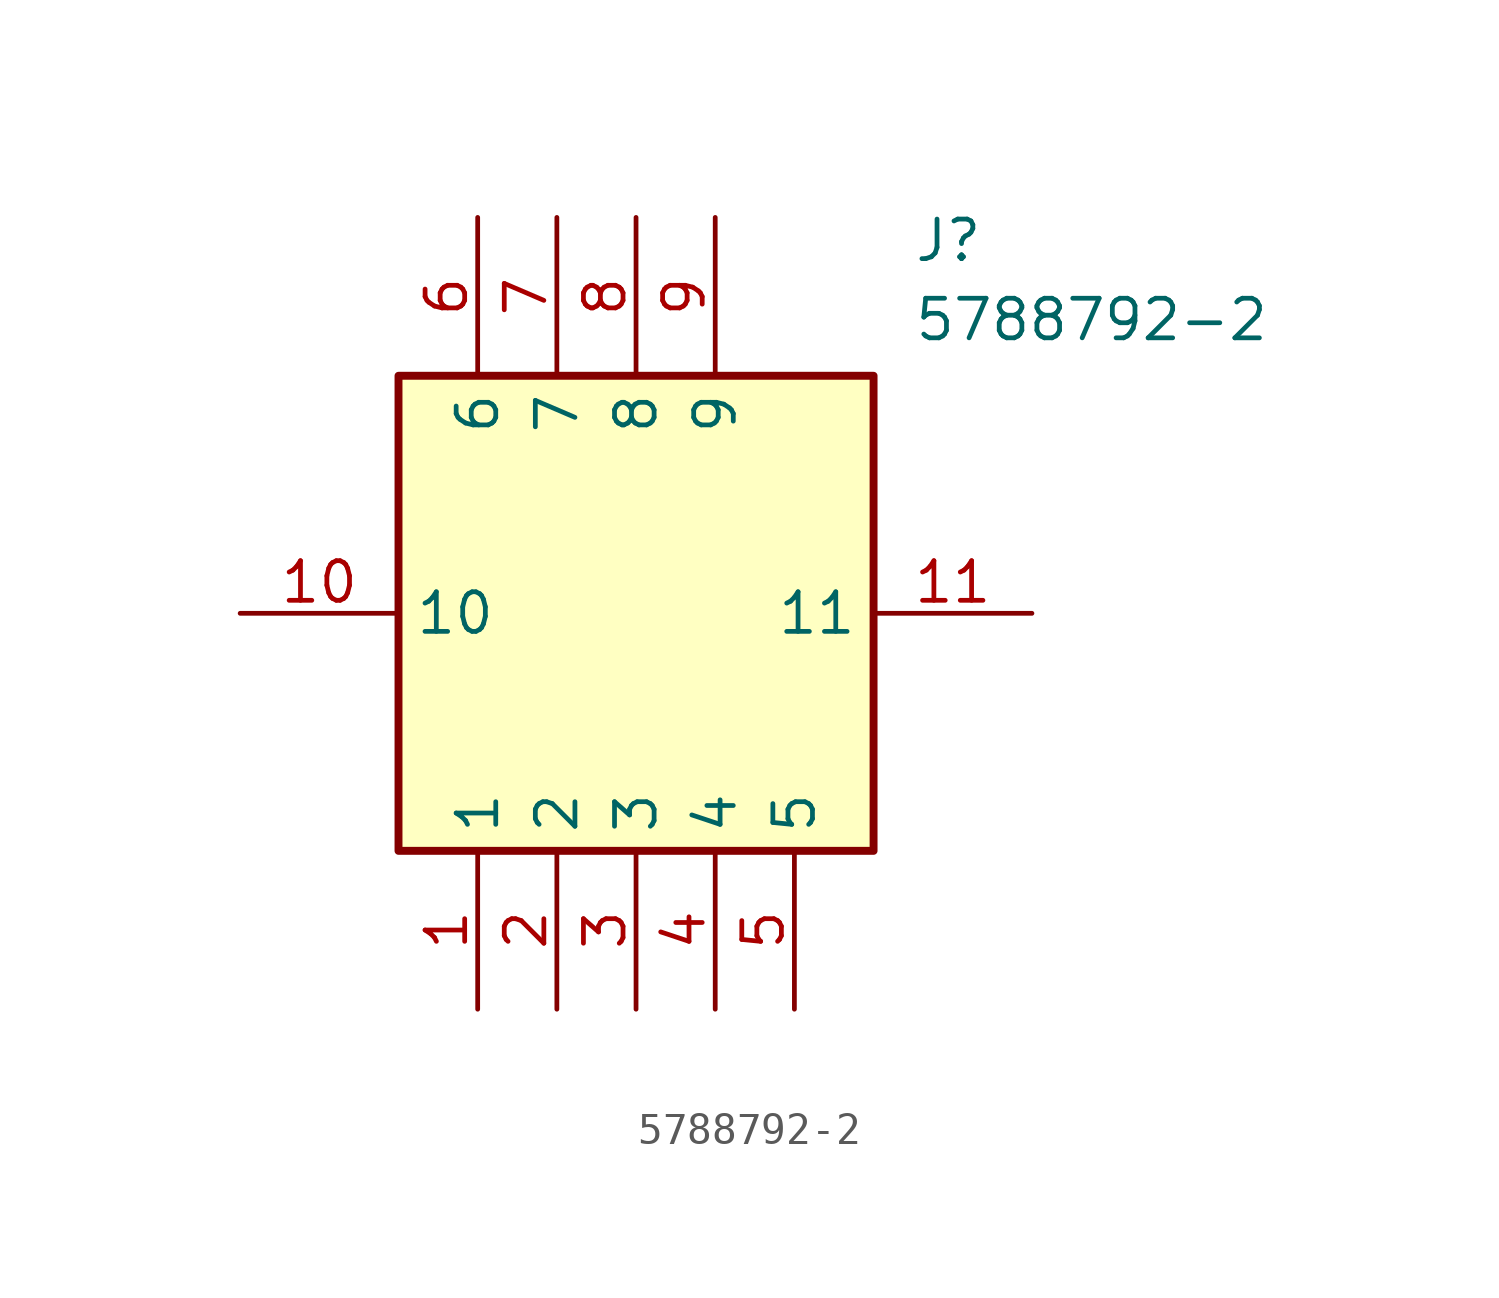
<source format=kicad_sym>
(kicad_symbol_lib
  (version 20231120)
  (generator "kicad_symbol_editor")
  (generator_version "8.0")
  (symbol "5788792-2"
    (property "Reference" "J"
      (at 21.59 12.7 0)
      (effects (font (size 1.27 1.27)) (justify left top)))
    (property "Value" "5788792-2"
      (at 21.59 10.16 0)
      (effects (font (size 1.27 1.27)) (justify left top)))
    (symbol "5788792-2_1_1"
      (rectangle (start 5.08 7.62) (end 20.32 -7.62) (stroke (width 0.254) (type default)) (fill (type background)))
      (pin passive line (at 7.62 -12.7 90) (length 5.08) (name "1" (effects (font (size 1.27 1.27)))) (number "1" (effects (font (size 1.27 1.27)))))
      (pin passive line (at 0 0 0) (length 5.08) (name "10" (effects (font (size 1.27 1.27)))) (number "10" (effects (font (size 1.27 1.27)))))
      (pin passive line (at 25.4 0 180) (length 5.08) (name "11" (effects (font (size 1.27 1.27)))) (number "11" (effects (font (size 1.27 1.27)))))
      (pin passive line (at 10.16 -12.7 90) (length 5.08) (name "2" (effects (font (size 1.27 1.27)))) (number "2" (effects (font (size 1.27 1.27)))))
      (pin passive line (at 12.7 -12.7 90) (length 5.08) (name "3" (effects (font (size 1.27 1.27)))) (number "3" (effects (font (size 1.27 1.27)))))
      (pin passive line (at 15.24 -12.7 90) (length 5.08) (name "4" (effects (font (size 1.27 1.27)))) (number "4" (effects (font (size 1.27 1.27)))))
      (pin passive line (at 17.78 -12.7 90) (length 5.08) (name "5" (effects (font (size 1.27 1.27)))) (number "5" (effects (font (size 1.27 1.27)))))
      (pin passive line (at 7.62 12.7 270) (length 5.08) (name "6" (effects (font (size 1.27 1.27)))) (number "6" (effects (font (size 1.27 1.27)))))
      (pin passive line (at 10.16 12.7 270) (length 5.08) (name "7" (effects (font (size 1.27 1.27)))) (number "7" (effects (font (size 1.27 1.27)))))
      (pin passive line (at 12.7 12.7 270) (length 5.08) (name "8" (effects (font (size 1.27 1.27)))) (number "8" (effects (font (size 1.27 1.27)))))
      (pin passive line (at 15.24 12.7 270) (length 5.08) (name "9" (effects (font (size 1.27 1.27)))) (number "9" (effects (font (size 1.27 1.27))))))))
</source>
